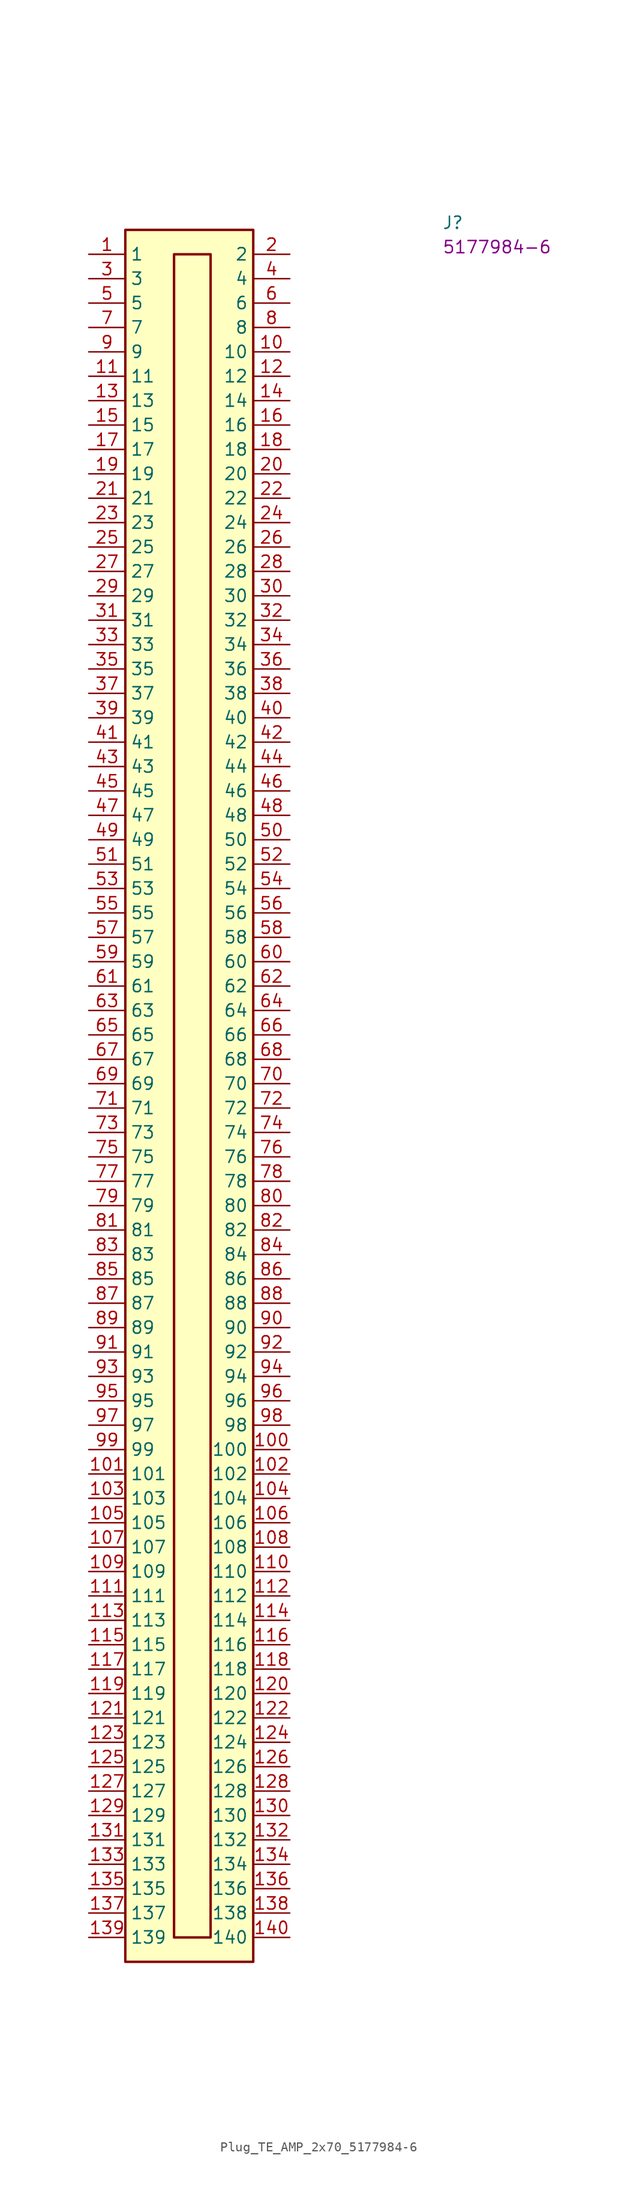
<source format=kicad_sym>
(kicad_symbol_lib
  (version 20220914)
  (generator kicad_symbol_editor)
  (symbol "Plug_TE_AMP_2x70_5177984-6"
    (property "Reference" "J"
      (at 36.83 2.54 0)
      (effects (font (size 1.27 1.27) (thickness 0.15)) (justify left bottom)))
    (property "MPN" "5177984-6"
      (at 36.83 0 0)
      (effects (font (size 1.27 1.27) (thickness 0.15)) (justify left bottom)))
    (symbol "Plug_TE_AMP_2x70_5177984-6_1_1"
      (rectangle (start 3.81 2.54) (end 17.145 -177.8) (stroke (width 0.254) (type default)) (fill (type background)))
      (rectangle (start 8.89 0) (end 12.7 -175.26) (stroke (width 0.254) (type default)) (fill (type background)))
      (pin passive line (at 0 0 0) (length 3.81) (name "1" (effects (font (size 1.27 1.27)))) (number "1" (effects (font (size 1.27 1.27)))))
      (pin passive line (at 20.955 -10.16 180) (length 3.81) (name "10" (effects (font (size 1.27 1.27)))) (number "10" (effects (font (size 1.27 1.27)))))
      (pin passive line (at 20.955 -124.46 180) (length 3.81) (name "100" (effects (font (size 1.27 1.27)))) (number "100" (effects (font (size 1.27 1.27)))))
      (pin passive line (at 0 -127 0) (length 3.81) (name "101" (effects (font (size 1.27 1.27)))) (number "101" (effects (font (size 1.27 1.27)))))
      (pin passive line (at 20.955 -127 180) (length 3.81) (name "102" (effects (font (size 1.27 1.27)))) (number "102" (effects (font (size 1.27 1.27)))))
      (pin passive line (at 0 -129.54 0) (length 3.81) (name "103" (effects (font (size 1.27 1.27)))) (number "103" (effects (font (size 1.27 1.27)))))
      (pin passive line (at 20.955 -129.54 180) (length 3.81) (name "104" (effects (font (size 1.27 1.27)))) (number "104" (effects (font (size 1.27 1.27)))))
      (pin passive line (at 0 -132.08 0) (length 3.81) (name "105" (effects (font (size 1.27 1.27)))) (number "105" (effects (font (size 1.27 1.27)))))
      (pin passive line (at 20.955 -132.08 180) (length 3.81) (name "106" (effects (font (size 1.27 1.27)))) (number "106" (effects (font (size 1.27 1.27)))))
      (pin passive line (at 0 -134.62 0) (length 3.81) (name "107" (effects (font (size 1.27 1.27)))) (number "107" (effects (font (size 1.27 1.27)))))
      (pin passive line (at 20.955 -134.62 180) (length 3.81) (name "108" (effects (font (size 1.27 1.27)))) (number "108" (effects (font (size 1.27 1.27)))))
      (pin passive line (at 0 -137.16 0) (length 3.81) (name "109" (effects (font (size 1.27 1.27)))) (number "109" (effects (font (size 1.27 1.27)))))
      (pin passive line (at 0 -12.7 0) (length 3.81) (name "11" (effects (font (size 1.27 1.27)))) (number "11" (effects (font (size 1.27 1.27)))))
      (pin passive line (at 20.955 -137.16 180) (length 3.81) (name "110" (effects (font (size 1.27 1.27)))) (number "110" (effects (font (size 1.27 1.27)))))
      (pin passive line (at 0 -139.7 0) (length 3.81) (name "111" (effects (font (size 1.27 1.27)))) (number "111" (effects (font (size 1.27 1.27)))))
      (pin passive line (at 20.955 -139.7 180) (length 3.81) (name "112" (effects (font (size 1.27 1.27)))) (number "112" (effects (font (size 1.27 1.27)))))
      (pin passive line (at 0 -142.24 0) (length 3.81) (name "113" (effects (font (size 1.27 1.27)))) (number "113" (effects (font (size 1.27 1.27)))))
      (pin passive line (at 20.955 -142.24 180) (length 3.81) (name "114" (effects (font (size 1.27 1.27)))) (number "114" (effects (font (size 1.27 1.27)))))
      (pin passive line (at 0 -144.78 0) (length 3.81) (name "115" (effects (font (size 1.27 1.27)))) (number "115" (effects (font (size 1.27 1.27)))))
      (pin passive line (at 20.955 -144.78 180) (length 3.81) (name "116" (effects (font (size 1.27 1.27)))) (number "116" (effects (font (size 1.27 1.27)))))
      (pin passive line (at 0 -147.32 0) (length 3.81) (name "117" (effects (font (size 1.27 1.27)))) (number "117" (effects (font (size 1.27 1.27)))))
      (pin passive line (at 20.955 -147.32 180) (length 3.81) (name "118" (effects (font (size 1.27 1.27)))) (number "118" (effects (font (size 1.27 1.27)))))
      (pin passive line (at 0 -149.86 0) (length 3.81) (name "119" (effects (font (size 1.27 1.27)))) (number "119" (effects (font (size 1.27 1.27)))))
      (pin passive line (at 20.955 -12.7 180) (length 3.81) (name "12" (effects (font (size 1.27 1.27)))) (number "12" (effects (font (size 1.27 1.27)))))
      (pin passive line (at 20.955 -149.86 180) (length 3.81) (name "120" (effects (font (size 1.27 1.27)))) (number "120" (effects (font (size 1.27 1.27)))))
      (pin passive line (at 0 -152.4 0) (length 3.81) (name "121" (effects (font (size 1.27 1.27)))) (number "121" (effects (font (size 1.27 1.27)))))
      (pin passive line (at 20.955 -152.4 180) (length 3.81) (name "122" (effects (font (size 1.27 1.27)))) (number "122" (effects (font (size 1.27 1.27)))))
      (pin passive line (at 0 -154.94 0) (length 3.81) (name "123" (effects (font (size 1.27 1.27)))) (number "123" (effects (font (size 1.27 1.27)))))
      (pin passive line (at 20.955 -154.94 180) (length 3.81) (name "124" (effects (font (size 1.27 1.27)))) (number "124" (effects (font (size 1.27 1.27)))))
      (pin passive line (at 0 -157.48 0) (length 3.81) (name "125" (effects (font (size 1.27 1.27)))) (number "125" (effects (font (size 1.27 1.27)))))
      (pin passive line (at 20.955 -157.48 180) (length 3.81) (name "126" (effects (font (size 1.27 1.27)))) (number "126" (effects (font (size 1.27 1.27)))))
      (pin passive line (at 0 -160.02 0) (length 3.81) (name "127" (effects (font (size 1.27 1.27)))) (number "127" (effects (font (size 1.27 1.27)))))
      (pin passive line (at 20.955 -160.02 180) (length 3.81) (name "128" (effects (font (size 1.27 1.27)))) (number "128" (effects (font (size 1.27 1.27)))))
      (pin passive line (at 0 -162.56 0) (length 3.81) (name "129" (effects (font (size 1.27 1.27)))) (number "129" (effects (font (size 1.27 1.27)))))
      (pin passive line (at 0 -15.24 0) (length 3.81) (name "13" (effects (font (size 1.27 1.27)))) (number "13" (effects (font (size 1.27 1.27)))))
      (pin passive line (at 20.955 -162.56 180) (length 3.81) (name "130" (effects (font (size 1.27 1.27)))) (number "130" (effects (font (size 1.27 1.27)))))
      (pin passive line (at 0 -165.1 0) (length 3.81) (name "131" (effects (font (size 1.27 1.27)))) (number "131" (effects (font (size 1.27 1.27)))))
      (pin passive line (at 20.955 -165.1 180) (length 3.81) (name "132" (effects (font (size 1.27 1.27)))) (number "132" (effects (font (size 1.27 1.27)))))
      (pin passive line (at 0 -167.64 0) (length 3.81) (name "133" (effects (font (size 1.27 1.27)))) (number "133" (effects (font (size 1.27 1.27)))))
      (pin passive line (at 20.955 -167.64 180) (length 3.81) (name "134" (effects (font (size 1.27 1.27)))) (number "134" (effects (font (size 1.27 1.27)))))
      (pin passive line (at 0 -170.18 0) (length 3.81) (name "135" (effects (font (size 1.27 1.27)))) (number "135" (effects (font (size 1.27 1.27)))))
      (pin passive line (at 20.955 -170.18 180) (length 3.81) (name "136" (effects (font (size 1.27 1.27)))) (number "136" (effects (font (size 1.27 1.27)))))
      (pin passive line (at 0 -172.72 0) (length 3.81) (name "137" (effects (font (size 1.27 1.27)))) (number "137" (effects (font (size 1.27 1.27)))))
      (pin passive line (at 20.955 -172.72 180) (length 3.81) (name "138" (effects (font (size 1.27 1.27)))) (number "138" (effects (font (size 1.27 1.27)))))
      (pin passive line (at 0 -175.26 0) (length 3.81) (name "139" (effects (font (size 1.27 1.27)))) (number "139" (effects (font (size 1.27 1.27)))))
      (pin passive line (at 20.955 -15.24 180) (length 3.81) (name "14" (effects (font (size 1.27 1.27)))) (number "14" (effects (font (size 1.27 1.27)))))
      (pin passive line (at 20.955 -175.26 180) (length 3.81) (name "140" (effects (font (size 1.27 1.27)))) (number "140" (effects (font (size 1.27 1.27)))))
      (pin passive line (at 0 -17.78 0) (length 3.81) (name "15" (effects (font (size 1.27 1.27)))) (number "15" (effects (font (size 1.27 1.27)))))
      (pin passive line (at 20.955 -17.78 180) (length 3.81) (name "16" (effects (font (size 1.27 1.27)))) (number "16" (effects (font (size 1.27 1.27)))))
      (pin passive line (at 0 -20.32 0) (length 3.81) (name "17" (effects (font (size 1.27 1.27)))) (number "17" (effects (font (size 1.27 1.27)))))
      (pin passive line (at 20.955 -20.32 180) (length 3.81) (name "18" (effects (font (size 1.27 1.27)))) (number "18" (effects (font (size 1.27 1.27)))))
      (pin passive line (at 0 -22.86 0) (length 3.81) (name "19" (effects (font (size 1.27 1.27)))) (number "19" (effects (font (size 1.27 1.27)))))
      (pin passive line (at 20.955 0 180) (length 3.81) (name "2" (effects (font (size 1.27 1.27)))) (number "2" (effects (font (size 1.27 1.27)))))
      (pin passive line (at 20.955 -22.86 180) (length 3.81) (name "20" (effects (font (size 1.27 1.27)))) (number "20" (effects (font (size 1.27 1.27)))))
      (pin passive line (at 0 -25.4 0) (length 3.81) (name "21" (effects (font (size 1.27 1.27)))) (number "21" (effects (font (size 1.27 1.27)))))
      (pin passive line (at 20.955 -25.4 180) (length 3.81) (name "22" (effects (font (size 1.27 1.27)))) (number "22" (effects (font (size 1.27 1.27)))))
      (pin passive line (at 0 -27.94 0) (length 3.81) (name "23" (effects (font (size 1.27 1.27)))) (number "23" (effects (font (size 1.27 1.27)))))
      (pin passive line (at 20.955 -27.94 180) (length 3.81) (name "24" (effects (font (size 1.27 1.27)))) (number "24" (effects (font (size 1.27 1.27)))))
      (pin passive line (at 0 -30.48 0) (length 3.81) (name "25" (effects (font (size 1.27 1.27)))) (number "25" (effects (font (size 1.27 1.27)))))
      (pin passive line (at 20.955 -30.48 180) (length 3.81) (name "26" (effects (font (size 1.27 1.27)))) (number "26" (effects (font (size 1.27 1.27)))))
      (pin passive line (at 0 -33.02 0) (length 3.81) (name "27" (effects (font (size 1.27 1.27)))) (number "27" (effects (font (size 1.27 1.27)))))
      (pin passive line (at 20.955 -33.02 180) (length 3.81) (name "28" (effects (font (size 1.27 1.27)))) (number "28" (effects (font (size 1.27 1.27)))))
      (pin passive line (at 0 -35.56 0) (length 3.81) (name "29" (effects (font (size 1.27 1.27)))) (number "29" (effects (font (size 1.27 1.27)))))
      (pin passive line (at 0 -2.54 0) (length 3.81) (name "3" (effects (font (size 1.27 1.27)))) (number "3" (effects (font (size 1.27 1.27)))))
      (pin passive line (at 20.955 -35.56 180) (length 3.81) (name "30" (effects (font (size 1.27 1.27)))) (number "30" (effects (font (size 1.27 1.27)))))
      (pin passive line (at 0 -38.1 0) (length 3.81) (name "31" (effects (font (size 1.27 1.27)))) (number "31" (effects (font (size 1.27 1.27)))))
      (pin passive line (at 20.955 -38.1 180) (length 3.81) (name "32" (effects (font (size 1.27 1.27)))) (number "32" (effects (font (size 1.27 1.27)))))
      (pin passive line (at 0 -40.64 0) (length 3.81) (name "33" (effects (font (size 1.27 1.27)))) (number "33" (effects (font (size 1.27 1.27)))))
      (pin passive line (at 20.955 -40.64 180) (length 3.81) (name "34" (effects (font (size 1.27 1.27)))) (number "34" (effects (font (size 1.27 1.27)))))
      (pin passive line (at 0 -43.18 0) (length 3.81) (name "35" (effects (font (size 1.27 1.27)))) (number "35" (effects (font (size 1.27 1.27)))))
      (pin passive line (at 20.955 -43.18 180) (length 3.81) (name "36" (effects (font (size 1.27 1.27)))) (number "36" (effects (font (size 1.27 1.27)))))
      (pin passive line (at 0 -45.72 0) (length 3.81) (name "37" (effects (font (size 1.27 1.27)))) (number "37" (effects (font (size 1.27 1.27)))))
      (pin passive line (at 20.955 -45.72 180) (length 3.81) (name "38" (effects (font (size 1.27 1.27)))) (number "38" (effects (font (size 1.27 1.27)))))
      (pin passive line (at 0 -48.26 0) (length 3.81) (name "39" (effects (font (size 1.27 1.27)))) (number "39" (effects (font (size 1.27 1.27)))))
      (pin passive line (at 20.955 -2.54 180) (length 3.81) (name "4" (effects (font (size 1.27 1.27)))) (number "4" (effects (font (size 1.27 1.27)))))
      (pin passive line (at 20.955 -48.26 180) (length 3.81) (name "40" (effects (font (size 1.27 1.27)))) (number "40" (effects (font (size 1.27 1.27)))))
      (pin passive line (at 0 -50.8 0) (length 3.81) (name "41" (effects (font (size 1.27 1.27)))) (number "41" (effects (font (size 1.27 1.27)))))
      (pin passive line (at 20.955 -50.8 180) (length 3.81) (name "42" (effects (font (size 1.27 1.27)))) (number "42" (effects (font (size 1.27 1.27)))))
      (pin passive line (at 0 -53.34 0) (length 3.81) (name "43" (effects (font (size 1.27 1.27)))) (number "43" (effects (font (size 1.27 1.27)))))
      (pin passive line (at 20.955 -53.34 180) (length 3.81) (name "44" (effects (font (size 1.27 1.27)))) (number "44" (effects (font (size 1.27 1.27)))))
      (pin passive line (at 0 -55.88 0) (length 3.81) (name "45" (effects (font (size 1.27 1.27)))) (number "45" (effects (font (size 1.27 1.27)))))
      (pin passive line (at 20.955 -55.88 180) (length 3.81) (name "46" (effects (font (size 1.27 1.27)))) (number "46" (effects (font (size 1.27 1.27)))))
      (pin passive line (at 0 -58.42 0) (length 3.81) (name "47" (effects (font (size 1.27 1.27)))) (number "47" (effects (font (size 1.27 1.27)))))
      (pin passive line (at 20.955 -58.42 180) (length 3.81) (name "48" (effects (font (size 1.27 1.27)))) (number "48" (effects (font (size 1.27 1.27)))))
      (pin passive line (at 0 -60.96 0) (length 3.81) (name "49" (effects (font (size 1.27 1.27)))) (number "49" (effects (font (size 1.27 1.27)))))
      (pin passive line (at 0 -5.08 0) (length 3.81) (name "5" (effects (font (size 1.27 1.27)))) (number "5" (effects (font (size 1.27 1.27)))))
      (pin passive line (at 20.955 -60.96 180) (length 3.81) (name "50" (effects (font (size 1.27 1.27)))) (number "50" (effects (font (size 1.27 1.27)))))
      (pin passive line (at 0 -63.5 0) (length 3.81) (name "51" (effects (font (size 1.27 1.27)))) (number "51" (effects (font (size 1.27 1.27)))))
      (pin passive line (at 20.955 -63.5 180) (length 3.81) (name "52" (effects (font (size 1.27 1.27)))) (number "52" (effects (font (size 1.27 1.27)))))
      (pin passive line (at 0 -66.04 0) (length 3.81) (name "53" (effects (font (size 1.27 1.27)))) (number "53" (effects (font (size 1.27 1.27)))))
      (pin passive line (at 20.955 -66.04 180) (length 3.81) (name "54" (effects (font (size 1.27 1.27)))) (number "54" (effects (font (size 1.27 1.27)))))
      (pin passive line (at 0 -68.58 0) (length 3.81) (name "55" (effects (font (size 1.27 1.27)))) (number "55" (effects (font (size 1.27 1.27)))))
      (pin passive line (at 20.955 -68.58 180) (length 3.81) (name "56" (effects (font (size 1.27 1.27)))) (number "56" (effects (font (size 1.27 1.27)))))
      (pin passive line (at 0 -71.12 0) (length 3.81) (name "57" (effects (font (size 1.27 1.27)))) (number "57" (effects (font (size 1.27 1.27)))))
      (pin passive line (at 20.955 -71.12 180) (length 3.81) (name "58" (effects (font (size 1.27 1.27)))) (number "58" (effects (font (size 1.27 1.27)))))
      (pin passive line (at 0 -73.66 0) (length 3.81) (name "59" (effects (font (size 1.27 1.27)))) (number "59" (effects (font (size 1.27 1.27)))))
      (pin passive line (at 20.955 -5.08 180) (length 3.81) (name "6" (effects (font (size 1.27 1.27)))) (number "6" (effects (font (size 1.27 1.27)))))
      (pin passive line (at 20.955 -73.66 180) (length 3.81) (name "60" (effects (font (size 1.27 1.27)))) (number "60" (effects (font (size 1.27 1.27)))))
      (pin passive line (at 0 -76.2 0) (length 3.81) (name "61" (effects (font (size 1.27 1.27)))) (number "61" (effects (font (size 1.27 1.27)))))
      (pin passive line (at 20.955 -76.2 180) (length 3.81) (name "62" (effects (font (size 1.27 1.27)))) (number "62" (effects (font (size 1.27 1.27)))))
      (pin passive line (at 0 -78.74 0) (length 3.81) (name "63" (effects (font (size 1.27 1.27)))) (number "63" (effects (font (size 1.27 1.27)))))
      (pin passive line (at 20.955 -78.74 180) (length 3.81) (name "64" (effects (font (size 1.27 1.27)))) (number "64" (effects (font (size 1.27 1.27)))))
      (pin passive line (at 0 -81.28 0) (length 3.81) (name "65" (effects (font (size 1.27 1.27)))) (number "65" (effects (font (size 1.27 1.27)))))
      (pin passive line (at 20.955 -81.28 180) (length 3.81) (name "66" (effects (font (size 1.27 1.27)))) (number "66" (effects (font (size 1.27 1.27)))))
      (pin passive line (at 0 -83.82 0) (length 3.81) (name "67" (effects (font (size 1.27 1.27)))) (number "67" (effects (font (size 1.27 1.27)))))
      (pin passive line (at 20.955 -83.82 180) (length 3.81) (name "68" (effects (font (size 1.27 1.27)))) (number "68" (effects (font (size 1.27 1.27)))))
      (pin passive line (at 0 -86.36 0) (length 3.81) (name "69" (effects (font (size 1.27 1.27)))) (number "69" (effects (font (size 1.27 1.27)))))
      (pin passive line (at 0 -7.62 0) (length 3.81) (name "7" (effects (font (size 1.27 1.27)))) (number "7" (effects (font (size 1.27 1.27)))))
      (pin passive line (at 20.955 -86.36 180) (length 3.81) (name "70" (effects (font (size 1.27 1.27)))) (number "70" (effects (font (size 1.27 1.27)))))
      (pin passive line (at 0 -88.9 0) (length 3.81) (name "71" (effects (font (size 1.27 1.27)))) (number "71" (effects (font (size 1.27 1.27)))))
      (pin passive line (at 20.955 -88.9 180) (length 3.81) (name "72" (effects (font (size 1.27 1.27)))) (number "72" (effects (font (size 1.27 1.27)))))
      (pin passive line (at 0 -91.44 0) (length 3.81) (name "73" (effects (font (size 1.27 1.27)))) (number "73" (effects (font (size 1.27 1.27)))))
      (pin passive line (at 20.955 -91.44 180) (length 3.81) (name "74" (effects (font (size 1.27 1.27)))) (number "74" (effects (font (size 1.27 1.27)))))
      (pin passive line (at 0 -93.98 0) (length 3.81) (name "75" (effects (font (size 1.27 1.27)))) (number "75" (effects (font (size 1.27 1.27)))))
      (pin passive line (at 20.955 -93.98 180) (length 3.81) (name "76" (effects (font (size 1.27 1.27)))) (number "76" (effects (font (size 1.27 1.27)))))
      (pin passive line (at 0 -96.52 0) (length 3.81) (name "77" (effects (font (size 1.27 1.27)))) (number "77" (effects (font (size 1.27 1.27)))))
      (pin passive line (at 20.955 -96.52 180) (length 3.81) (name "78" (effects (font (size 1.27 1.27)))) (number "78" (effects (font (size 1.27 1.27)))))
      (pin passive line (at 0 -99.06 0) (length 3.81) (name "79" (effects (font (size 1.27 1.27)))) (number "79" (effects (font (size 1.27 1.27)))))
      (pin passive line (at 20.955 -7.62 180) (length 3.81) (name "8" (effects (font (size 1.27 1.27)))) (number "8" (effects (font (size 1.27 1.27)))))
      (pin passive line (at 20.955 -99.06 180) (length 3.81) (name "80" (effects (font (size 1.27 1.27)))) (number "80" (effects (font (size 1.27 1.27)))))
      (pin passive line (at 0 -101.6 0) (length 3.81) (name "81" (effects (font (size 1.27 1.27)))) (number "81" (effects (font (size 1.27 1.27)))))
      (pin passive line (at 20.955 -101.6 180) (length 3.81) (name "82" (effects (font (size 1.27 1.27)))) (number "82" (effects (font (size 1.27 1.27)))))
      (pin passive line (at 0 -104.14 0) (length 3.81) (name "83" (effects (font (size 1.27 1.27)))) (number "83" (effects (font (size 1.27 1.27)))))
      (pin passive line (at 20.955 -104.14 180) (length 3.81) (name "84" (effects (font (size 1.27 1.27)))) (number "84" (effects (font (size 1.27 1.27)))))
      (pin passive line (at 0 -106.68 0) (length 3.81) (name "85" (effects (font (size 1.27 1.27)))) (number "85" (effects (font (size 1.27 1.27)))))
      (pin passive line (at 20.955 -106.68 180) (length 3.81) (name "86" (effects (font (size 1.27 1.27)))) (number "86" (effects (font (size 1.27 1.27)))))
      (pin passive line (at 0 -109.22 0) (length 3.81) (name "87" (effects (font (size 1.27 1.27)))) (number "87" (effects (font (size 1.27 1.27)))))
      (pin passive line (at 20.955 -109.22 180) (length 3.81) (name "88" (effects (font (size 1.27 1.27)))) (number "88" (effects (font (size 1.27 1.27)))))
      (pin passive line (at 0 -111.76 0) (length 3.81) (name "89" (effects (font (size 1.27 1.27)))) (number "89" (effects (font (size 1.27 1.27)))))
      (pin passive line (at 0 -10.16 0) (length 3.81) (name "9" (effects (font (size 1.27 1.27)))) (number "9" (effects (font (size 1.27 1.27)))))
      (pin passive line (at 20.955 -111.76 180) (length 3.81) (name "90" (effects (font (size 1.27 1.27)))) (number "90" (effects (font (size 1.27 1.27)))))
      (pin passive line (at 0 -114.3 0) (length 3.81) (name "91" (effects (font (size 1.27 1.27)))) (number "91" (effects (font (size 1.27 1.27)))))
      (pin passive line (at 20.955 -114.3 180) (length 3.81) (name "92" (effects (font (size 1.27 1.27)))) (number "92" (effects (font (size 1.27 1.27)))))
      (pin passive line (at 0 -116.84 0) (length 3.81) (name "93" (effects (font (size 1.27 1.27)))) (number "93" (effects (font (size 1.27 1.27)))))
      (pin passive line (at 20.955 -116.84 180) (length 3.81) (name "94" (effects (font (size 1.27 1.27)))) (number "94" (effects (font (size 1.27 1.27)))))
      (pin passive line (at 0 -119.38 0) (length 3.81) (name "95" (effects (font (size 1.27 1.27)))) (number "95" (effects (font (size 1.27 1.27)))))
      (pin passive line (at 20.955 -119.38 180) (length 3.81) (name "96" (effects (font (size 1.27 1.27)))) (number "96" (effects (font (size 1.27 1.27)))))
      (pin passive line (at 0 -121.92 0) (length 3.81) (name "97" (effects (font (size 1.27 1.27)))) (number "97" (effects (font (size 1.27 1.27)))))
      (pin passive line (at 20.955 -121.92 180) (length 3.81) (name "98" (effects (font (size 1.27 1.27)))) (number "98" (effects (font (size 1.27 1.27)))))
      (pin passive line (at 0 -124.46 0) (length 3.81) (name "99" (effects (font (size 1.27 1.27)))) (number "99" (effects (font (size 1.27 1.27))))))))
</source>
